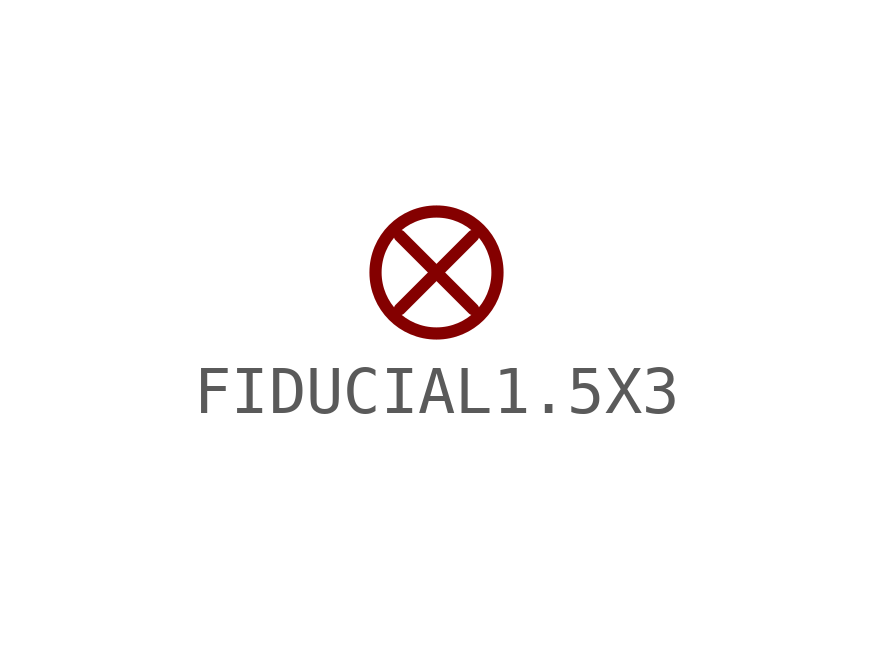
<source format=kicad_sym>
(kicad_symbol_lib
  (version 20211014)
  (generator kicad_symbol_editor)
  (symbol "FIDUCIAL1.5X3"
    (property "Reference" "FID"
      (at 0 0 0)
      (effects (font (size 1.27 1.27)) hide))
    (property "ki_locked" ""
      (at 0 0 0)
      (effects (font (size 1.27 1.27))))
    (symbol "FIDUCIAL1.5X3_1_0"
      (polyline (pts (xy -0.762 0.762) (xy 0.762 -0.762)) (stroke (width 0.254) (type default) (color 0 0 0 0)) (fill (type none)))
      (polyline (pts (xy 0.762 0.762) (xy -0.762 -0.762)) (stroke (width 0.254) (type default) (color 0 0 0 0)) (fill (type none)))
      (circle (center 0 0) (radius 1.27) (stroke (width 0.254) (type default) (color 0 0 0 0)) (fill (type none))))))
</source>
